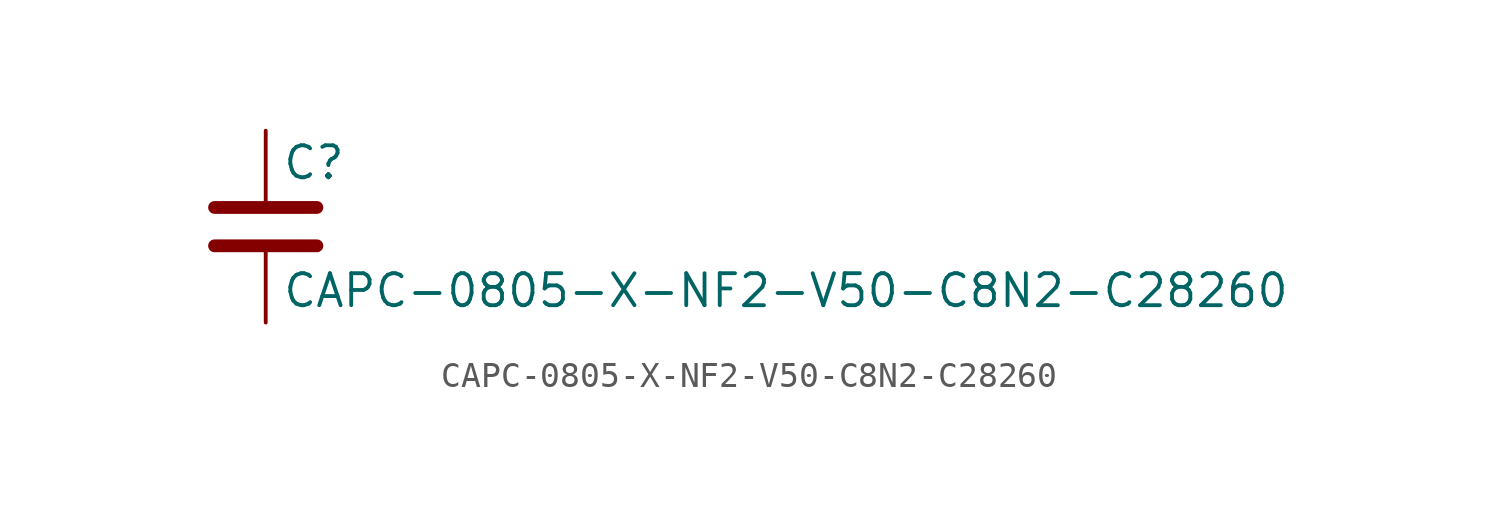
<source format=kicad_sym>
(kicad_symbol_lib
  (version 20211014)
  (generator kicad_symbol_editor)
  (symbol "CAPC-0805-X-NF2-V50-C8N2-C28260"
    (pin_numbers hide)
    (pin_names
      (offset 0.254))
    (property "Reference" "C"
      (at 0.635 2.54 0)
      (effects (font (size 1.27 1.27)) (justify left)))
    (property "Value" "CAPC-0805-X-NF2-V50-C8N2-C28260"
      (at 0.635 -2.54 0)
      (effects (font (size 1.27 1.27)) (justify left)))
    (symbol "CAPC-0805-X-NF2-V50-C8N2-C28260_0_1"
      (polyline (pts (xy -2.032 -0.762) (xy 2.032 -0.762)) (stroke (width 0.508) (type default) (color 0 0 0 0)) (fill (type none)))
      (polyline (pts (xy -2.032 0.762) (xy 2.032 0.762)) (stroke (width 0.508) (type default) (color 0 0 0 0)) (fill (type none))))
    (symbol "CAPC-0805-X-NF2-V50-C8N2-C28260_1_1"
      (pin passive line (at 0 3.81 270) (length 2.794) (name "~" (effects (font (size 1.27 1.27)))) (number "1" (effects (font (size 1.27 1.27)))))
      (pin passive line (at 0 -3.81 90) (length 2.794) (name "~" (effects (font (size 1.27 1.27)))) (number "2" (effects (font (size 1.27 1.27))))))))
</source>
